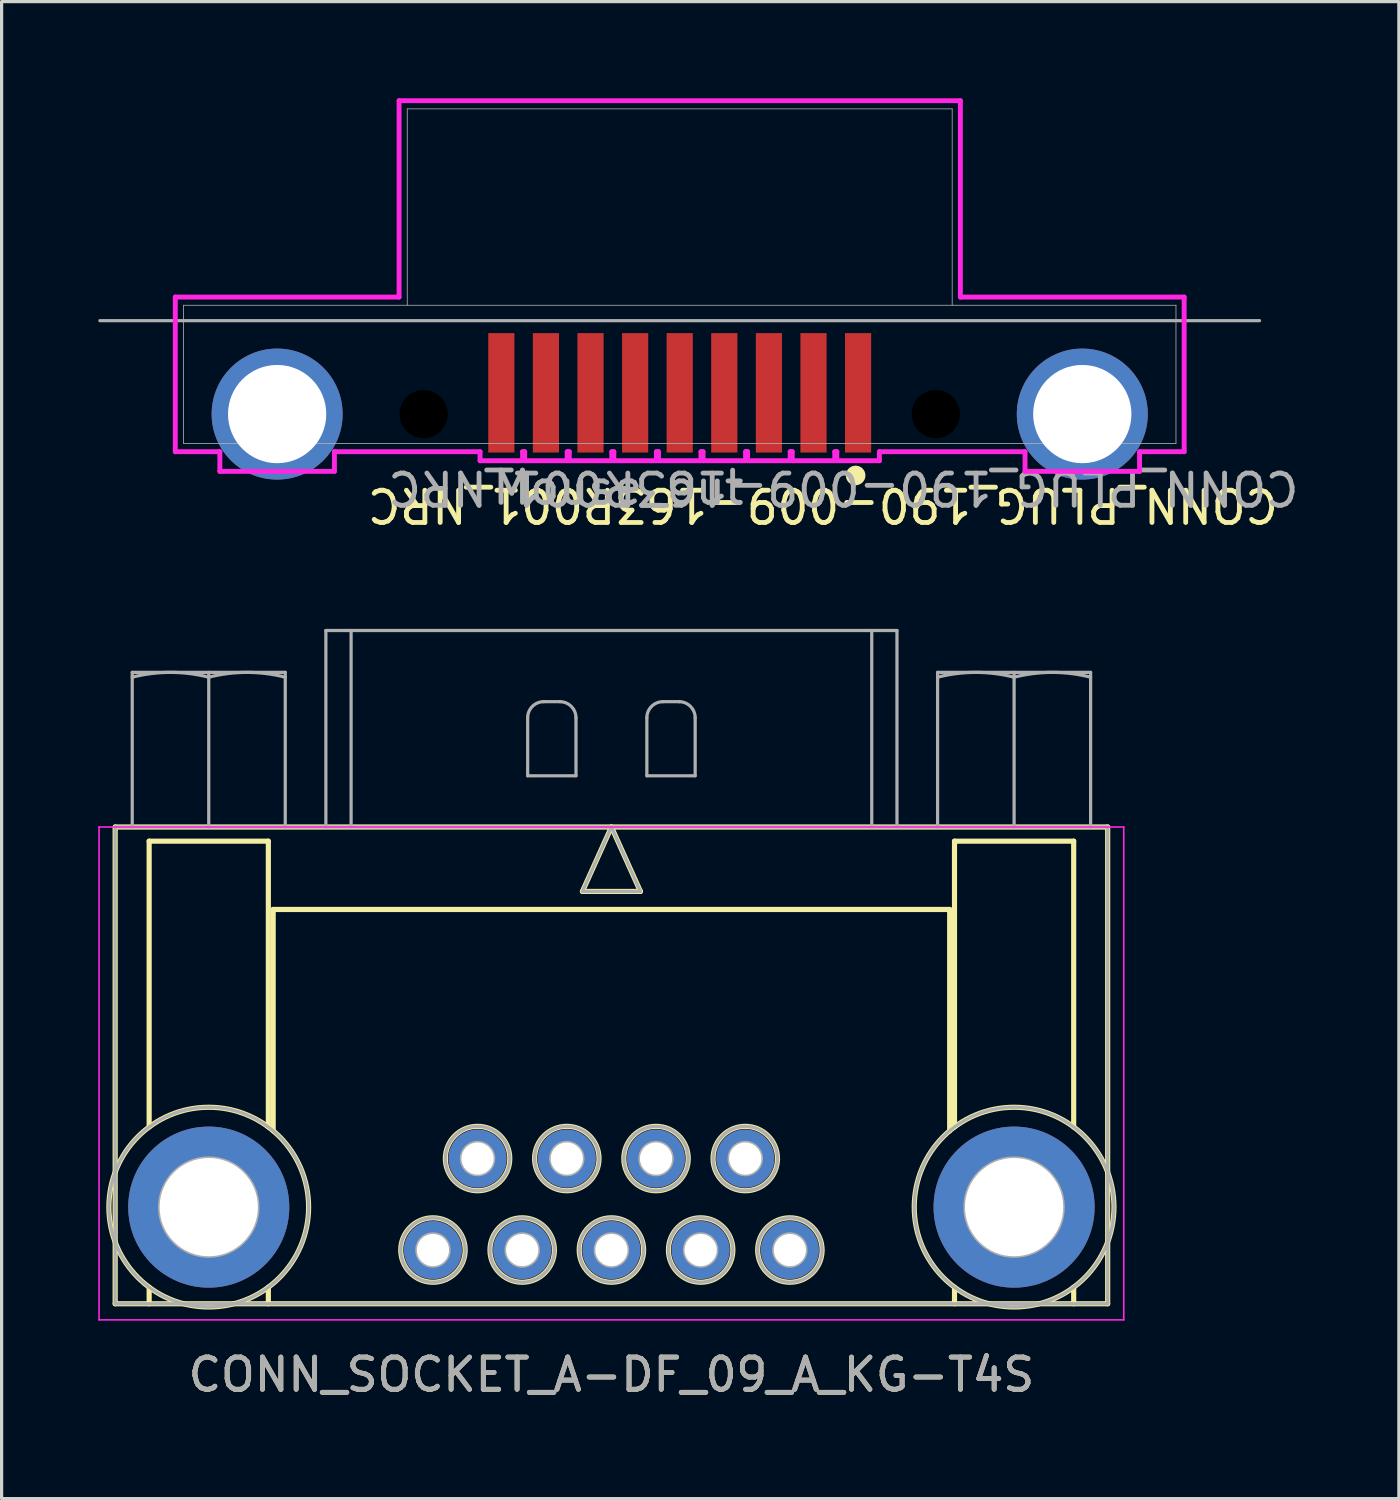
<source format=kicad_pcb>
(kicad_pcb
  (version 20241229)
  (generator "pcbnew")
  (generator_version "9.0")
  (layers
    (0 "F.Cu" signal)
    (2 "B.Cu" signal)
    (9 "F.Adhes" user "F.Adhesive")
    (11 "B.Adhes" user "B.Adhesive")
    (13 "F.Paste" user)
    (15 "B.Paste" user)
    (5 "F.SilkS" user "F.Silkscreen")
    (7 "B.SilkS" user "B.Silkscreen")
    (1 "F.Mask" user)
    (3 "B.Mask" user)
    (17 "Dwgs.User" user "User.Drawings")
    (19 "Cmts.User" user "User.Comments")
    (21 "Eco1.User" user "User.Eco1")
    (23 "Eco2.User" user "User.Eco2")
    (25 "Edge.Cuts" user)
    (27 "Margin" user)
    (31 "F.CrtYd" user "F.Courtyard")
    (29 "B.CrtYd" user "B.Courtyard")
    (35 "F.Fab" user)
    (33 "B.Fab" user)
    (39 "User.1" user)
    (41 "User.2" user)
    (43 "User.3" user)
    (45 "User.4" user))
  (footprint "CONN_PLUG_190-009-163R001_NRC"
    (layer "F.Cu")
    (at 18.05 9.804)
    (property "Reference" "CONN_PLUG_190-009-163R001_NRC" (at 4.445 2.819 180) (unlocked yes) (layer "F.SilkS") (effects (font (size 1 1) (thickness 0.15))))
    (property "Value" "Mouse_out" (at -2.032 2.921 180) (unlocked yes) (layer "F.SilkS") (hide yes) (effects (font (size 1 1) (thickness 0.15))))
    (attr smd)
    (fp_circle (center 5.461 1.905) (end 5.715 1.905) (stroke (width 0.1) (type solid)) (fill yes) (layer "F.SilkS"))
    (fp_line (start -15.659 -3.632) (end -15.659 1.168) (stroke (width 0.152) (type solid)) (layer "F.CrtYd"))
    (fp_line (start -15.659 1.168) (end -14.275 1.168) (stroke (width 0.152) (type solid)) (layer "F.CrtYd"))
    (fp_line (start -14.275 1.168) (end -14.275 1.778) (stroke (width 0.152) (type solid)) (layer "F.CrtYd"))
    (fp_line (start -14.275 1.778) (end -10.719 1.778) (stroke (width 0.152) (type solid)) (layer "F.CrtYd"))
    (fp_line (start -10.719 1.168) (end -6.198 1.168) (stroke (width 0.152) (type solid)) (layer "F.CrtYd"))
    (fp_line (start -10.719 1.778) (end -10.719 1.168) (stroke (width 0.152) (type solid)) (layer "F.CrtYd"))
    (fp_line (start -8.712 -9.728) (end -8.712 -3.632) (stroke (width 0.152) (type solid)) (layer "F.CrtYd"))
    (fp_line (start -8.712 -3.632) (end -15.659 -3.632) (stroke (width 0.152) (type solid)) (layer "F.CrtYd"))
    (fp_line (start -6.198 1.168) (end -6.198 1.448) (stroke (width 0.152) (type solid)) (layer "F.CrtYd"))
    (fp_line (start -6.198 1.448) (end -4.877 1.448) (stroke (width 0.152) (type solid)) (layer "F.CrtYd"))
    (fp_line (start -4.877 1.168) (end -4.813 1.168) (stroke (width 0.152) (type solid)) (layer "F.CrtYd"))
    (fp_line (start -4.877 1.448) (end -4.877 1.168) (stroke (width 0.152) (type solid)) (layer "F.CrtYd"))
    (fp_line (start -4.813 1.168) (end -4.813 1.448) (stroke (width 0.152) (type solid)) (layer "F.CrtYd"))
    (fp_line (start -4.813 1.448) (end -3.493 1.448) (stroke (width 0.152) (type solid)) (layer "F.CrtYd"))
    (fp_line (start -3.493 1.168) (end -3.429 1.168) (stroke (width 0.152) (type solid)) (layer "F.CrtYd"))
    (fp_line (start -3.493 1.448) (end -3.493 1.168) (stroke (width 0.152) (type solid)) (layer "F.CrtYd"))
    (fp_line (start -3.429 1.168) (end -3.429 1.448) (stroke (width 0.152) (type solid)) (layer "F.CrtYd"))
    (fp_line (start -3.429 1.448) (end -2.108 1.448) (stroke (width 0.152) (type solid)) (layer "F.CrtYd"))
    (fp_line (start -2.108 1.168) (end -2.045 1.168) (stroke (width 0.152) (type solid)) (layer "F.CrtYd"))
    (fp_line (start -2.108 1.448) (end -2.108 1.168) (stroke (width 0.152) (type solid)) (layer "F.CrtYd"))
    (fp_line (start -2.045 1.168) (end -2.045 1.448) (stroke (width 0.152) (type solid)) (layer "F.CrtYd"))
    (fp_line (start -2.045 1.448) (end -0.724 1.448) (stroke (width 0.152) (type solid)) (layer "F.CrtYd"))
    (fp_line (start -0.724 1.168) (end -0.66 1.168) (stroke (width 0.152) (type solid)) (layer "F.CrtYd"))
    (fp_line (start -0.724 1.448) (end -0.724 1.168) (stroke (width 0.152) (type solid)) (layer "F.CrtYd"))
    (fp_line (start -0.66 1.168) (end -0.66 1.448) (stroke (width 0.152) (type solid)) (layer "F.CrtYd"))
    (fp_line (start -0.66 1.448) (end 0.66 1.448) (stroke (width 0.152) (type solid)) (layer "F.CrtYd"))
    (fp_line (start 0.66 1.168) (end 0.724 1.168) (stroke (width 0.152) (type solid)) (layer "F.CrtYd"))
    (fp_line (start 0.66 1.448) (end 0.66 1.168) (stroke (width 0.152) (type solid)) (layer "F.CrtYd"))
    (fp_line (start 0.724 1.168) (end 0.724 1.448) (stroke (width 0.152) (type solid)) (layer "F.CrtYd"))
    (fp_line (start 0.724 1.448) (end 2.045 1.448) (stroke (width 0.152) (type solid)) (layer "F.CrtYd"))
    (fp_line (start 2.045 1.168) (end 2.108 1.168) (stroke (width 0.152) (type solid)) (layer "F.CrtYd"))
    (fp_line (start 2.045 1.448) (end 2.045 1.168) (stroke (width 0.152) (type solid)) (layer "F.CrtYd"))
    (fp_line (start 2.108 1.168) (end 2.108 1.448) (stroke (width 0.152) (type solid)) (layer "F.CrtYd"))
    (fp_line (start 2.108 1.448) (end 3.429 1.448) (stroke (width 0.152) (type solid)) (layer "F.CrtYd"))
    (fp_line (start 3.429 1.168) (end 3.493 1.168) (stroke (width 0.152) (type solid)) (layer "F.CrtYd"))
    (fp_line (start 3.429 1.448) (end 3.429 1.168) (stroke (width 0.152) (type solid)) (layer "F.CrtYd"))
    (fp_line (start 3.493 1.168) (end 3.493 1.448) (stroke (width 0.152) (type solid)) (layer "F.CrtYd"))
    (fp_line (start 3.493 1.448) (end 4.813 1.448) (stroke (width 0.152) (type solid)) (layer "F.CrtYd"))
    (fp_line (start 4.813 1.168) (end 4.877 1.168) (stroke (width 0.152) (type solid)) (layer "F.CrtYd"))
    (fp_line (start 4.813 1.448) (end 4.813 1.168) (stroke (width 0.152) (type solid)) (layer "F.CrtYd"))
    (fp_line (start 4.877 1.168) (end 4.877 1.448) (stroke (width 0.152) (type solid)) (layer "F.CrtYd"))
    (fp_line (start 4.877 1.448) (end 6.198 1.448) (stroke (width 0.152) (type solid)) (layer "F.CrtYd"))
    (fp_line (start 6.198 1.168) (end 10.719 1.168) (stroke (width 0.152) (type solid)) (layer "F.CrtYd"))
    (fp_line (start 6.198 1.448) (end 6.198 1.168) (stroke (width 0.152) (type solid)) (layer "F.CrtYd"))
    (fp_line (start 8.712 -9.728) (end -8.712 -9.728) (stroke (width 0.152) (type solid)) (layer "F.CrtYd"))
    (fp_line (start 8.712 -3.632) (end 8.712 -9.728) (stroke (width 0.152) (type solid)) (layer "F.CrtYd"))
    (fp_line (start 10.719 1.168) (end 10.719 1.778) (stroke (width 0.152) (type solid)) (layer "F.CrtYd"))
    (fp_line (start 10.719 1.778) (end 14.275 1.778) (stroke (width 0.152) (type solid)) (layer "F.CrtYd"))
    (fp_line (start 14.275 1.168) (end 15.659 1.168) (stroke (width 0.152) (type solid)) (layer "F.CrtYd"))
    (fp_line (start 14.275 1.778) (end 14.275 1.168) (stroke (width 0.152) (type solid)) (layer "F.CrtYd"))
    (fp_line (start 15.659 -3.632) (end 8.712 -3.632) (stroke (width 0.152) (type solid)) (layer "F.CrtYd"))
    (fp_line (start 15.659 1.168) (end 15.659 -3.632) (stroke (width 0.152) (type solid)) (layer "F.CrtYd"))
    (fp_line (start -18 -2.9) (end 18 -2.9) (stroke (width 0.1) (type default)) (layer "F.Fab"))
    (fp_line (start -15.405 -3.378) (end -15.405 0.914) (stroke (width 0.025) (type solid)) (layer "F.Fab"))
    (fp_line (start -15.405 0.914) (end 15.405 0.914) (stroke (width 0.025) (type solid)) (layer "F.Fab"))
    (fp_line (start -8.458 -9.474) (end -8.458 -3.378) (stroke (width 0.025) (type solid)) (layer "F.Fab"))
    (fp_line (start 8.458 -9.474) (end -8.458 -9.474) (stroke (width 0.025) (type solid)) (layer "F.Fab"))
    (fp_line (start 8.458 -3.378) (end 8.458 -9.474) (stroke (width 0.025) (type solid)) (layer "F.Fab"))
    (fp_line (start 15.405 -3.378) (end -15.405 -3.378) (stroke (width 0.025) (type solid)) (layer "F.Fab"))
    (fp_line (start 15.405 0.914) (end 15.405 -3.378) (stroke (width 0.025) (type solid)) (layer "F.Fab"))
    (fp_text user "${REFERENCE}" (at 5.08 2.286 180) (unlocked yes) (layer "F.Fab") (effects (font (size 1 1) (thickness 0.15))))
    (fp_text user "${VALUE}" (at -1.905 2.286 0) (layer "F.Fab") (effects (font (size 1 1) (thickness 0.15))))
    (pad "" thru_hole circle (at -12.497 0) (size 4.066 4.066) (drill 3.05) (layers "*.Cu" "*.Mask"))
    (pad "" np_thru_hole circle (at -7.95 0) (size 1.499 1.499) (drill 1.499) (layers))
    (pad "" np_thru_hole circle (at 7.95 0) (size 1.499 1.499) (drill 1.499) (layers))
    (pad "" thru_hole circle (at 12.497 0) (size 4.066 4.066) (drill 3.05) (layers "*.Cu" "*.Mask"))
    (pad "1" smd rect (at 5.537 -0.66) (size 0.813 3.708) (layers "F.Cu" "F.Mask" "F.Paste"))
    (pad "2" smd rect (at 2.769 -0.66) (size 0.813 3.708) (layers "F.Cu" "F.Mask" "F.Paste"))
    (pad "3" smd rect (at 0 -0.66) (size 0.813 3.708) (layers "F.Cu" "F.Mask" "F.Paste"))
    (pad "4" smd rect (at -2.769 -0.66) (size 0.813 3.708) (layers "F.Cu" "F.Mask" "F.Paste"))
    (pad "5" smd rect (at -5.537 -0.66) (size 0.813 3.708) (layers "F.Cu" "F.Mask" "F.Paste"))
    (pad "6" smd rect (at 4.153 -0.66) (size 0.813 3.708) (layers "F.Cu" "F.Mask" "F.Paste"))
    (pad "7" smd rect (at 1.384 -0.66) (size 0.813 3.708) (layers "F.Cu" "F.Mask" "F.Paste"))
    (pad "8" smd rect (at -1.384 -0.66) (size 0.813 3.708) (layers "F.Cu" "F.Mask" "F.Paste"))
    (pad "9" smd rect (at -4.153 -0.66) (size 0.813 3.708) (layers "F.Cu" "F.Mask" "F.Paste")))
  (footprint "CONN_SOCKET_A-DF_09_A_KG-T4S"
    (layer "F.Cu")
    (at 15.93 35.755)
    (property "Reference" "CONN_SOCKET_A-DF_09_A_KG-T4S" (at 0 3.867 180) (layer "F.SilkS") (effects (font (size 1 1) (thickness 0.15))))
    (attr through_hole)
    (fp_line (start -15.405 -13.133) (end 15.405 -13.133) (stroke (width 0.16) (type solid)) (layer "F.SilkS"))
    (fp_line (start -15.405 1.667) (end -15.405 -13.133) (stroke (width 0.16) (type solid)) (layer "F.SilkS"))
    (fp_line (start -14.35 -12.693) (end -14.35 -3.82) (stroke (width 0.16) (type solid)) (layer "F.SilkS"))
    (fp_line (start -14.35 1.667) (end -14.35 1.154) (stroke (width 0.16) (type solid)) (layer "F.SilkS"))
    (fp_line (start -10.65 -12.693) (end -14.35 -12.693) (stroke (width 0.16) (type solid)) (layer "F.SilkS"))
    (fp_line (start -10.65 -3.82) (end -10.65 -12.693) (stroke (width 0.16) (type solid)) (layer "F.SilkS"))
    (fp_line (start -10.65 1.667) (end -10.65 1.154) (stroke (width 0.16) (type solid)) (layer "F.SilkS"))
    (fp_line (start -10.5 -10.573) (end -10.5 -3.702) (stroke (width 0.16) (type solid)) (layer "F.SilkS"))
    (fp_line (start -0.9 -11.133) (end 0.9 -11.133) (stroke (width 0.16) (type solid)) (layer "F.SilkS"))
    (fp_line (start 0 -13.133) (end -0.9 -11.133) (stroke (width 0.16) (type solid)) (layer "F.SilkS"))
    (fp_line (start 0.9 -11.133) (end 0 -13.133) (stroke (width 0.16) (type solid)) (layer "F.SilkS"))
    (fp_line (start 10.5 -10.573) (end -10.5 -10.573) (stroke (width 0.16) (type solid)) (layer "F.SilkS"))
    (fp_line (start 10.5 -3.702) (end 10.5 -10.573) (stroke (width 0.16) (type solid)) (layer "F.SilkS"))
    (fp_line (start 10.65 -12.693) (end 14.35 -12.693) (stroke (width 0.16) (type solid)) (layer "F.SilkS"))
    (fp_line (start 10.65 -3.82) (end 10.65 -12.693) (stroke (width 0.16) (type solid)) (layer "F.SilkS"))
    (fp_line (start 10.65 1.667) (end 10.65 1.154) (stroke (width 0.16) (type solid)) (layer "F.SilkS"))
    (fp_line (start 14.35 -12.693) (end 14.35 -3.82) (stroke (width 0.16) (type solid)) (layer "F.SilkS"))
    (fp_line (start 14.35 1.667) (end 14.35 1.154) (stroke (width 0.16) (type solid)) (layer "F.SilkS"))
    (fp_line (start 15.405 -13.133) (end 15.405 1.667) (stroke (width 0.16) (type solid)) (layer "F.SilkS"))
    (fp_line (start 15.405 1.667) (end -15.405 1.667) (stroke (width 0.16) (type solid)) (layer "F.SilkS"))
    (fp_circle (center -12.5 -1.333) (end -9.4 -1.333) (stroke (width 0.16) (type solid)) (fill no) (layer "F.SilkS"))
    (fp_circle (center -5.54 -0.001) (end -4.54 -0.001) (stroke (width 0.16) (type solid)) (fill no) (layer "F.SilkS"))
    (fp_circle (center -4.155 -2.841) (end -3.155 -2.841) (stroke (width 0.16) (type solid)) (fill no) (layer "F.SilkS"))
    (fp_circle (center -2.77 -0.001) (end -1.77 -0.001) (stroke (width 0.16) (type solid)) (fill no) (layer "F.SilkS"))
    (fp_circle (center -1.385 -2.841) (end -0.385 -2.841) (stroke (width 0.16) (type solid)) (fill no) (layer "F.SilkS"))
    (fp_circle (center -0.000003 -0.001) (end 1 -0.001) (stroke (width 0.16) (type solid)) (fill no) (layer "F.SilkS"))
    (fp_circle (center 1.385 -2.841) (end 2.385 -2.841) (stroke (width 0.16) (type solid)) (fill no) (layer "F.SilkS"))
    (fp_circle (center 2.77 -0.001) (end 3.77 -0.001) (stroke (width 0.16) (type solid)) (fill no) (layer "F.SilkS"))
    (fp_circle (center 4.155 -2.841) (end 5.155 -2.841) (stroke (width 0.16) (type solid)) (fill no) (layer "F.SilkS"))
    (fp_circle (center 5.54 -0.001) (end 6.54 -0.001) (stroke (width 0.16) (type solid)) (fill no) (layer "F.SilkS"))
    (fp_circle (center 12.5 -1.333) (end 15.6 -1.333) (stroke (width 0.16) (type solid)) (fill no) (layer "F.SilkS"))
    (fp_line (start -15.905 -13.133) (end -15.905 2.167) (stroke (width 0.05) (type solid)) (layer "F.CrtYd"))
    (fp_line (start -15.905 2.167) (end 15.905 2.167) (stroke (width 0.05) (type solid)) (layer "F.CrtYd"))
    (fp_line (start 15.905 -13.133) (end -15.905 -13.133) (stroke (width 0.05) (type solid)) (layer "F.CrtYd"))
    (fp_line (start 15.905 2.167) (end 15.905 -13.133) (stroke (width 0.05) (type solid)) (layer "F.CrtYd"))
    (fp_line (start -15.405 -13.133) (end 15.405 -13.133) (stroke (width 0.1) (type solid)) (layer "F.Fab"))
    (fp_line (start -15.405 1.667) (end -15.405 -13.133) (stroke (width 0.1) (type solid)) (layer "F.Fab"))
    (fp_line (start -14.875 -17.933) (end -14.875 -13.133) (stroke (width 0.1) (type solid)) (layer "F.Fab"))
    (fp_line (start -12.5 -17.933) (end -12.5 -13.133) (stroke (width 0.1) (type solid)) (layer "F.Fab"))
    (fp_line (start -10.125 -17.933) (end -14.875 -17.933) (stroke (width 0.1) (type solid)) (layer "F.Fab"))
    (fp_line (start -10.125 -17.933) (end -10.125 -13.133) (stroke (width 0.1) (type solid)) (layer "F.Fab"))
    (fp_line (start -8.864 -19.233) (end -8.864 -13.133) (stroke (width 0.1) (type solid)) (layer "F.Fab"))
    (fp_line (start -8.081 -19.233) (end -8.081 -13.133) (stroke (width 0.1) (type solid)) (layer "F.Fab"))
    (fp_line (start -2.6 -14.723) (end -2.6 -16.523) (stroke (width 0.1) (type solid)) (layer "F.Fab"))
    (fp_line (start -2.1 -17.023) (end -1.6 -17.023) (stroke (width 0.1) (type solid)) (layer "F.Fab"))
    (fp_line (start -1.1 -16.523) (end -1.1 -14.723) (stroke (width 0.1) (type solid)) (layer "F.Fab"))
    (fp_line (start -1.1 -14.723) (end -2.6 -14.723) (stroke (width 0.1) (type solid)) (layer "F.Fab"))
    (fp_line (start -0.9 -11.133) (end 0.9 -11.133) (stroke (width 0.1) (type solid)) (layer "F.Fab"))
    (fp_line (start 0 -13.133) (end -0.9 -11.133) (stroke (width 0.1) (type solid)) (layer "F.Fab"))
    (fp_line (start 0.9 -11.133) (end 0 -13.133) (stroke (width 0.1) (type solid)) (layer "F.Fab"))
    (fp_line (start 1.1 -14.723) (end 1.1 -16.523) (stroke (width 0.1) (type solid)) (layer "F.Fab"))
    (fp_line (start 1.6 -17.023) (end 2.1 -17.023) (stroke (width 0.1) (type solid)) (layer "F.Fab"))
    (fp_line (start 2.6 -16.523) (end 2.6 -14.723) (stroke (width 0.1) (type solid)) (layer "F.Fab"))
    (fp_line (start 2.6 -14.723) (end 1.1 -14.723) (stroke (width 0.1) (type solid)) (layer "F.Fab"))
    (fp_line (start 8.081 -19.233) (end 8.081 -13.133) (stroke (width 0.1) (type solid)) (layer "F.Fab"))
    (fp_line (start 8.864 -19.233) (end -8.864 -19.233) (stroke (width 0.1) (type solid)) (layer "F.Fab"))
    (fp_line (start 8.864 -19.233) (end 8.864 -13.133) (stroke (width 0.1) (type solid)) (layer "F.Fab"))
    (fp_line (start 10.125 -17.933) (end 10.125 -13.133) (stroke (width 0.1) (type solid)) (layer "F.Fab"))
    (fp_line (start 12.5 -17.933) (end 12.5 -13.133) (stroke (width 0.1) (type solid)) (layer "F.Fab"))
    (fp_line (start 14.875 -17.933) (end 10.125 -17.933) (stroke (width 0.1) (type solid)) (layer "F.Fab"))
    (fp_line (start 14.875 -17.933) (end 14.875 -13.133) (stroke (width 0.1) (type solid)) (layer "F.Fab"))
    (fp_line (start 15.405 -13.133) (end 15.405 1.667) (stroke (width 0.1) (type solid)) (layer "F.Fab"))
    (fp_line (start 15.405 1.667) (end -15.405 1.667) (stroke (width 0.1) (type solid)) (layer "F.Fab"))
    (fp_arc (start -14.875 -17.783789) (mid -13.687501 -17.932999) (end -12.500001 -17.783789) (stroke (width 0.1) (type solid)) (layer "F.Fab"))
    (fp_arc (start -12.5 -17.783789) (mid -11.3125 -17.932999) (end -10.125 -17.783789) (stroke (width 0.1) (type solid)) (layer "F.Fab"))
    (fp_arc (start -2.600002 -16.523001) (mid -2.453555 -16.876554) (end -2.100002 -17.023001) (stroke (width 0.1) (type solid)) (layer "F.Fab"))
    (fp_arc (start -1.600001 -17.023001) (mid -1.246447 -16.876555) (end -1.100001 -16.523001) (stroke (width 0.1) (type solid)) (layer "F.Fab"))
    (fp_arc (start 1.099998 -16.523001) (mid 1.246445 -16.876554) (end 1.599998 -17.023001) (stroke (width 0.1) (type solid)) (layer "F.Fab"))
    (fp_arc (start 2.099999 -17.023001) (mid 2.453552 -16.876554) (end 2.599999 -16.523001) (stroke (width 0.1) (type solid)) (layer "F.Fab"))
    (fp_arc (start 10.125 -17.783789) (mid 11.3125 -17.932999) (end 12.499999 -17.783789) (stroke (width 0.1) (type solid)) (layer "F.Fab"))
    (fp_arc (start 12.5 -17.783789) (mid 13.6875 -17.932999) (end 14.875 -17.783789) (stroke (width 0.1) (type solid)) (layer "F.Fab"))
    (fp_circle (center -12.5 -1.333) (end -10.975 -1.333) (stroke (width 0.1) (type solid)) (fill no) (layer "F.Fab"))
    (fp_circle (center -12.5 -1.333) (end -9.4 -1.333) (stroke (width 0.1) (type solid)) (fill no) (layer "F.Fab"))
    (fp_circle (center -5.54 -0.001) (end -5.04 -0.001) (stroke (width 0.1) (type solid)) (fill no) (layer "F.Fab"))
    (fp_circle (center -5.54 -0.001) (end -4.54 -0.001) (stroke (width 0.1) (type solid)) (fill no) (layer "F.Fab"))
    (fp_circle (center -4.155 -2.841) (end -3.655 -2.841) (stroke (width 0.1) (type solid)) (fill no) (layer "F.Fab"))
    (fp_circle (center -4.155 -2.841) (end -3.155 -2.841) (stroke (width 0.1) (type solid)) (fill no) (layer "F.Fab"))
    (fp_circle (center -2.77 -0.001) (end -2.27 -0.001) (stroke (width 0.1) (type solid)) (fill no) (layer "F.Fab"))
    (fp_circle (center -2.77 -0.001) (end -1.77 -0.001) (stroke (width 0.1) (type solid)) (fill no) (layer "F.Fab"))
    (fp_circle (center -1.385 -2.841) (end -0.885 -2.841) (stroke (width 0.1) (type solid)) (fill no) (layer "F.Fab"))
    (fp_circle (center -1.385 -2.841) (end -0.385 -2.841) (stroke (width 0.1) (type solid)) (fill no) (layer "F.Fab"))
    (fp_circle (center -0.000003 -0.001) (end 0.5 -0.001) (stroke (width 0.1) (type solid)) (fill no) (layer "F.Fab"))
    (fp_circle (center -0.000003 -0.001) (end 1 -0.001) (stroke (width 0.1) (type solid)) (fill no) (layer "F.Fab"))
    (fp_circle (center 1.385 -2.841) (end 1.885 -2.841) (stroke (width 0.1) (type solid)) (fill no) (layer "F.Fab"))
    (fp_circle (center 1.385 -2.841) (end 2.385 -2.841) (stroke (width 0.1) (type solid)) (fill no) (layer "F.Fab"))
    (fp_circle (center 2.77 -0.001) (end 3.27 -0.001) (stroke (width 0.1) (type solid)) (fill no) (layer "F.Fab"))
    (fp_circle (center 2.77 -0.001) (end 3.77 -0.001) (stroke (width 0.1) (type solid)) (fill no) (layer "F.Fab"))
    (fp_circle (center 4.155 -2.841) (end 4.655 -2.841) (stroke (width 0.1) (type solid)) (fill no) (layer "F.Fab"))
    (fp_circle (center 4.155 -2.841) (end 5.155 -2.841) (stroke (width 0.1) (type solid)) (fill no) (layer "F.Fab"))
    (fp_circle (center 5.54 -0.001) (end 6.04 -0.001) (stroke (width 0.1) (type solid)) (fill no) (layer "F.Fab"))
    (fp_circle (center 5.54 -0.001) (end 6.54 -0.001) (stroke (width 0.1) (type solid)) (fill no) (layer "F.Fab"))
    (fp_circle (center 12.5 -1.333) (end 14.025 -1.333) (stroke (width 0.1) (type solid)) (fill no) (layer "F.Fab"))
    (fp_circle (center 12.5 -1.333) (end 15.6 -1.333) (stroke (width 0.1) (type solid)) (fill no) (layer "F.Fab"))
    (fp_text user "${REFERENCE}" (at 0 3.867 180) (layer "F.Fab") (effects (font (size 1 1) (thickness 0.15))))
    (pad "1" thru_hole circle (at 5.54 0 180) (size 1.8 1.8) (drill 1) (layers "*.Cu" "*.Mask"))
    (pad "2" thru_hole circle (at 2.77 0 180) (size 1.8 1.8) (drill 1) (layers "*.Cu" "*.Mask"))
    (pad "3" thru_hole circle (at 0 0 180) (size 1.8 1.8) (drill 1) (layers "*.Cu" "*.Mask"))
    (pad "4" thru_hole circle (at -2.77 0 180) (size 1.8 1.8) (drill 1) (layers "*.Cu" "*.Mask"))
    (pad "5" thru_hole circle (at -5.54 0 180) (size 1.8 1.8) (drill 1) (layers "*.Cu" "*.Mask"))
    (pad "6" thru_hole circle (at 4.155 -2.84 180) (size 1.8 1.8) (drill 1) (layers "*.Cu" "*.Mask"))
    (pad "7" thru_hole circle (at 1.385 -2.84 180) (size 1.8 1.8) (drill 1) (layers "*.Cu" "*.Mask"))
    (pad "8" thru_hole circle (at -1.385 -2.84 180) (size 1.8 1.8) (drill 1) (layers "*.Cu" "*.Mask"))
    (pad "9" thru_hole circle (at -4.155 -2.84 180) (size 1.8 1.8) (drill 1) (layers "*.Cu" "*.Mask"))
    (pad "10" thru_hole circle (at 12.5 -1.333 180) (size 5 5) (drill 3.05) (layers "*.Cu" "*.Mask"))
    (pad "11" thru_hole circle (at -12.5 -1.333 180) (size 5 5) (drill 3.05) (layers "*.Cu" "*.Mask")))
  (gr_rect
    (start -3 -3)
    (end 40.374 43.47)
    (stroke (width 0.1) (type default))
    (fill no)
    (layer "Edge.Cuts")))
</source>
